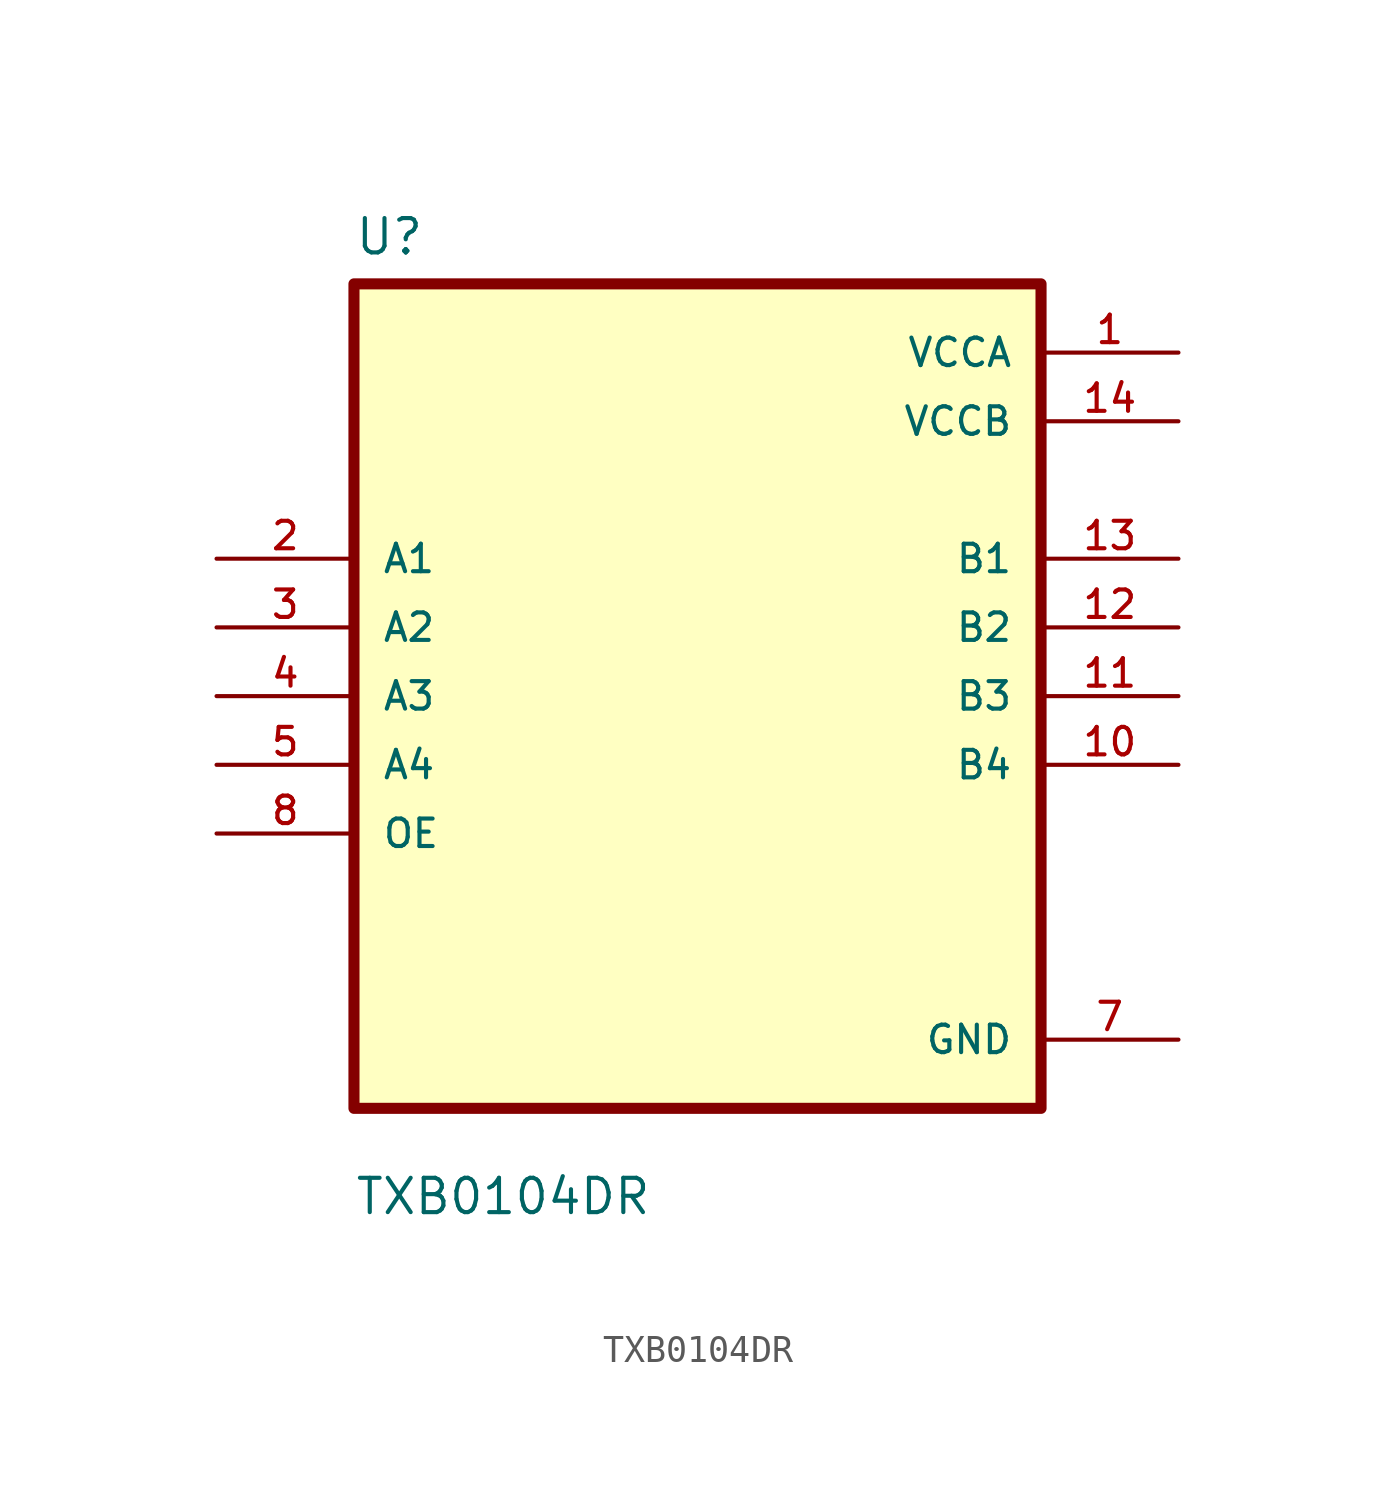
<source format=kicad_sym>
(kicad_symbol_lib
  (version 20211014)
  (generator kicad_symbol_editor)
  (symbol "TXB0104DR"
    (pin_names
      (offset 1.016))
    (property "Reference" "U"
      (at -12.7 16.24 0.0)
      (effects (font (size 1.27 1.27)) (justify bottom left)))
    (property "Value" "TXB0104DR"
      (at -12.7 -19.24 0.0)
      (effects (font (size 1.27 1.27)) (justify bottom left)))
    (symbol "TXB0104DR_0_0"
      (rectangle (start -12.7 -15.24) (end 12.7 15.24) (stroke (width 0.41)) (fill (type background)))
      (pin input line (at -17.78 5.08 0) (length 5.08) (name "A1" (effects (font (size 1.016 1.016)))) (number "2" (effects (font (size 1.016 1.016)))))
      (pin input line (at -17.78 2.54 0) (length 5.08) (name "A2" (effects (font (size 1.016 1.016)))) (number "3" (effects (font (size 1.016 1.016)))))
      (pin input line (at -17.78 0.0 0) (length 5.08) (name "A3" (effects (font (size 1.016 1.016)))) (number "4" (effects (font (size 1.016 1.016)))))
      (pin input line (at -17.78 -2.54 0) (length 5.08) (name "A4" (effects (font (size 1.016 1.016)))) (number "5" (effects (font (size 1.016 1.016)))))
      (pin input line (at -17.78 -5.08 0) (length 5.08) (name "OE" (effects (font (size 1.016 1.016)))) (number "8" (effects (font (size 1.016 1.016)))))
      (pin power_in line (at 17.78 12.7 180.0) (length 5.08) (name "VCCA" (effects (font (size 1.016 1.016)))) (number "1" (effects (font (size 1.016 1.016)))))
      (pin power_in line (at 17.78 10.16 180.0) (length 5.08) (name "VCCB" (effects (font (size 1.016 1.016)))) (number "14" (effects (font (size 1.016 1.016)))))
      (pin output line (at 17.78 5.08 180.0) (length 5.08) (name "B1" (effects (font (size 1.016 1.016)))) (number "13" (effects (font (size 1.016 1.016)))))
      (pin output line (at 17.78 2.54 180.0) (length 5.08) (name "B2" (effects (font (size 1.016 1.016)))) (number "12" (effects (font (size 1.016 1.016)))))
      (pin output line (at 17.78 0.0 180.0) (length 5.08) (name "B3" (effects (font (size 1.016 1.016)))) (number "11" (effects (font (size 1.016 1.016)))))
      (pin output line (at 17.78 -2.54 180.0) (length 5.08) (name "B4" (effects (font (size 1.016 1.016)))) (number "10" (effects (font (size 1.016 1.016)))))
      (pin power_in line (at 17.78 -12.7 180.0) (length 5.08) (name "GND" (effects (font (size 1.016 1.016)))) (number "7" (effects (font (size 1.016 1.016))))))))
</source>
